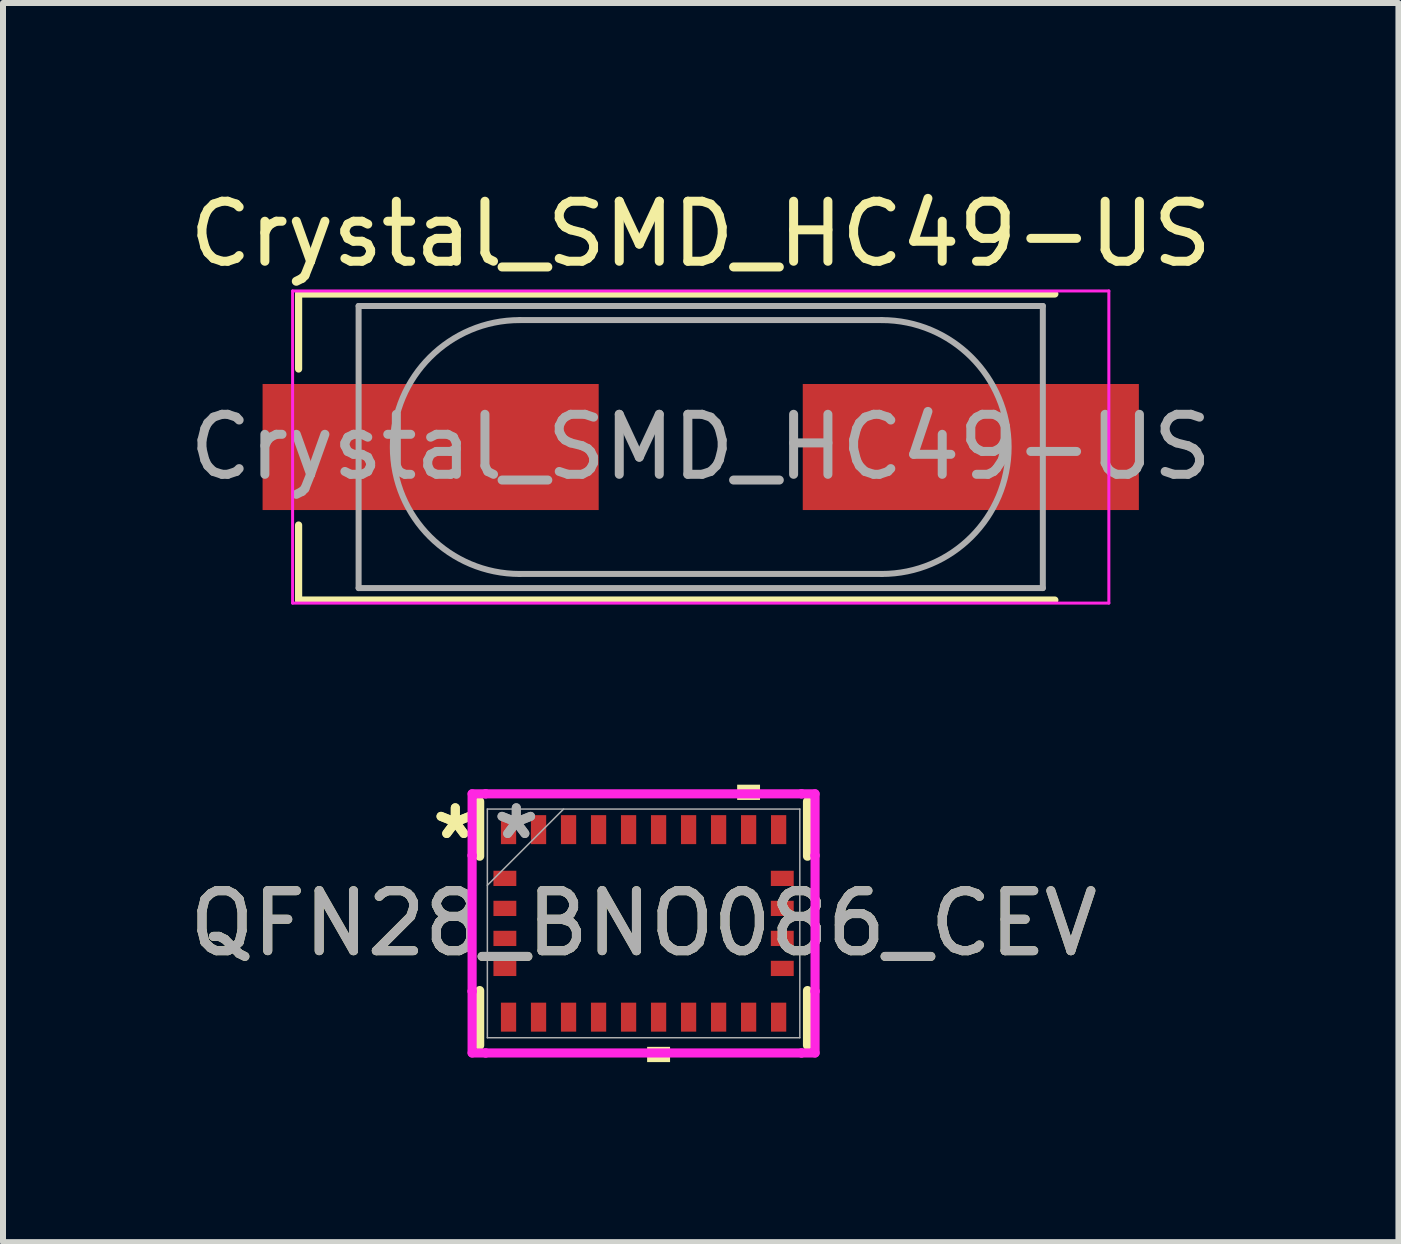
<source format=kicad_pcb>
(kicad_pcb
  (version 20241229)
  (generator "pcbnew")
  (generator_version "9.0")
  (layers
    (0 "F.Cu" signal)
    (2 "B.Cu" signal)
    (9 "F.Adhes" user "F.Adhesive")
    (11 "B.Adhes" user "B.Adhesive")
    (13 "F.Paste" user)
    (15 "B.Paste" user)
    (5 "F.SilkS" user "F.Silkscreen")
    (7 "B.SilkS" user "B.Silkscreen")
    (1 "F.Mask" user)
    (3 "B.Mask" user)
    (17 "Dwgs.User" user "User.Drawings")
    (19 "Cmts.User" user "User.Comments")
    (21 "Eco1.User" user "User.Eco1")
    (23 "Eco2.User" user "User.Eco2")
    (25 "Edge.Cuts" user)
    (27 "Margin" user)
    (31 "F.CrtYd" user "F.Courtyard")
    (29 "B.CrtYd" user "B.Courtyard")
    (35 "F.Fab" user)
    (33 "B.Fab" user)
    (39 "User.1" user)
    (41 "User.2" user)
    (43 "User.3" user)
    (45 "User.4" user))
  (footprint "Crystal_SMD_HC49-US"
    (layer "F.Cu")
    (at 8.625 4.398)
    (property "Reference" "Crystal_SMD_HC49-US" (at 0 -3.55 0) (layer "F.SilkS") (effects (font (size 1 1) (thickness 0.15))))
    (attr smd)
    (fp_line (start -6.7 -2.55) (end -6.7 -1.3) (stroke (width 0.12) (type solid)) (layer "F.SilkS"))
    (fp_line (start -6.7 1.3) (end -6.7 2.55) (stroke (width 0.12) (type solid)) (layer "F.SilkS"))
    (fp_line (start -6.7 2.55) (end 5.9 2.55) (stroke (width 0.12) (type solid)) (layer "F.SilkS"))
    (fp_line (start 5.9 -2.55) (end -6.7 -2.55) (stroke (width 0.12) (type solid)) (layer "F.SilkS"))
    (fp_line (start -6.8 -2.6) (end -6.8 2.6) (stroke (width 0.05) (type solid)) (layer "F.CrtYd"))
    (fp_line (start -6.8 2.6) (end 6.8 2.6) (stroke (width 0.05) (type solid)) (layer "F.CrtYd"))
    (fp_line (start 6.8 -2.6) (end -6.8 -2.6) (stroke (width 0.05) (type solid)) (layer "F.CrtYd"))
    (fp_line (start 6.8 2.6) (end 6.8 -2.6) (stroke (width 0.05) (type solid)) (layer "F.CrtYd"))
    (fp_line (start -5.7 -2.35) (end -5.7 2.35) (stroke (width 0.1) (type solid)) (layer "F.Fab"))
    (fp_line (start -5.7 2.35) (end 5.7 2.35) (stroke (width 0.1) (type solid)) (layer "F.Fab"))
    (fp_line (start -3.015 -2.115) (end 3.015 -2.115) (stroke (width 0.1) (type solid)) (layer "F.Fab"))
    (fp_line (start -3.015 2.115) (end 3.015 2.115) (stroke (width 0.1) (type solid)) (layer "F.Fab"))
    (fp_line (start 5.7 -2.35) (end -5.7 -2.35) (stroke (width 0.1) (type solid)) (layer "F.Fab"))
    (fp_line (start 5.7 2.35) (end 5.7 -2.35) (stroke (width 0.1) (type solid)) (layer "F.Fab"))
    (fp_arc (start -3.015 2.115) (mid -5.13 0) (end -3.015 -2.115) (stroke (width 0.1) (type solid)) (layer "F.Fab"))
    (fp_arc (start 3.015 -2.115) (mid 5.13 0) (end 3.015 2.115) (stroke (width 0.1) (type solid)) (layer "F.Fab"))
    (fp_text user "${REFERENCE}" (at 0 0 0) (layer "F.Fab") (effects (font (size 1 1) (thickness 0.15))))
    (pad "1" smd rect (at -4.5 0) (size 5.6 2.1) (layers "F.Cu" "F.Mask" "F.Paste"))
    (pad "2" smd rect (at 4.5 0) (size 5.6 2.1) (layers "F.Cu" "F.Mask" "F.Paste")))
  (footprint "QFN28_BNO086_CEV"
    (layer "F.Cu")
    (at 7.673 12.335)
    (property "Reference" "QFN28_BNO086_CEV" (at 0 0 0) (unlocked yes) (layer "F.SilkS") (effects (font (size 1 1) (thickness 0.15))))
    (attr smd)
    (fp_line (start -2.731 -2.032) (end -2.731 -1.119) (stroke (width 0.152) (type solid)) (layer "F.SilkS"))
    (fp_line (start -2.731 1.119) (end -2.731 2.032) (stroke (width 0.152) (type solid)) (layer "F.SilkS"))
    (fp_line (start 2.731 -1.119) (end 2.731 -2.032) (stroke (width 0.152) (type solid)) (layer "F.SilkS"))
    (fp_line (start 2.731 2.032) (end 2.731 1.119) (stroke (width 0.152) (type solid)) (layer "F.SilkS"))
    (fp_poly (pts (xy 0.059 2.057) (xy 0.059 2.311) (xy 0.441 2.311) (xy 0.441 2.057)) (stroke (width 0) (type solid)) (fill yes) (layer "F.SilkS"))
    (fp_poly (pts (xy 1.559 -2.057) (xy 1.559 -2.311) (xy 1.94 -2.311) (xy 1.94 -2.057)) (stroke (width 0) (type solid)) (fill yes) (layer "F.SilkS"))
    (fp_line (start -2.857 -2.159) (end -2.631 -2.159) (stroke (width 0.152) (type solid)) (layer "F.CrtYd"))
    (fp_line (start -2.857 -1.131) (end -2.857 -2.159) (stroke (width 0.152) (type solid)) (layer "F.CrtYd"))
    (fp_line (start -2.857 -1.131) (end -2.857 -1.131) (stroke (width 0.152) (type solid)) (layer "F.CrtYd"))
    (fp_line (start -2.857 1.131) (end -2.857 -1.131) (stroke (width 0.152) (type solid)) (layer "F.CrtYd"))
    (fp_line (start -2.857 1.131) (end -2.857 1.131) (stroke (width 0.152) (type solid)) (layer "F.CrtYd"))
    (fp_line (start -2.857 2.159) (end -2.857 1.131) (stroke (width 0.152) (type solid)) (layer "F.CrtYd"))
    (fp_line (start -2.857 2.159) (end -2.631 2.159) (stroke (width 0.152) (type solid)) (layer "F.CrtYd"))
    (fp_line (start -2.631 -2.159) (end -2.631 -2.159) (stroke (width 0.152) (type solid)) (layer "F.CrtYd"))
    (fp_line (start -2.631 -2.159) (end 2.631 -2.159) (stroke (width 0.152) (type solid)) (layer "F.CrtYd"))
    (fp_line (start -2.631 2.159) (end -2.631 2.159) (stroke (width 0.152) (type solid)) (layer "F.CrtYd"))
    (fp_line (start -2.631 2.159) (end 2.631 2.159) (stroke (width 0.152) (type solid)) (layer "F.CrtYd"))
    (fp_line (start 2.631 -2.159) (end 2.631 -2.159) (stroke (width 0.152) (type solid)) (layer "F.CrtYd"))
    (fp_line (start 2.631 -2.159) (end 2.857 -2.159) (stroke (width 0.152) (type solid)) (layer "F.CrtYd"))
    (fp_line (start 2.631 2.159) (end 2.631 2.159) (stroke (width 0.152) (type solid)) (layer "F.CrtYd"))
    (fp_line (start 2.631 2.159) (end 2.857 2.159) (stroke (width 0.152) (type solid)) (layer "F.CrtYd"))
    (fp_line (start 2.857 -1.131) (end 2.857 -2.159) (stroke (width 0.152) (type solid)) (layer "F.CrtYd"))
    (fp_line (start 2.857 -1.131) (end 2.857 -1.131) (stroke (width 0.152) (type solid)) (layer "F.CrtYd"))
    (fp_line (start 2.857 1.131) (end 2.857 -1.131) (stroke (width 0.152) (type solid)) (layer "F.CrtYd"))
    (fp_line (start 2.857 1.131) (end 2.857 1.131) (stroke (width 0.152) (type solid)) (layer "F.CrtYd"))
    (fp_line (start 2.857 2.159) (end 2.857 1.131) (stroke (width 0.152) (type solid)) (layer "F.CrtYd"))
    (fp_line (start -2.603 -1.905) (end -2.603 1.905) (stroke (width 0.025) (type solid)) (layer "F.Fab"))
    (fp_line (start -2.603 -0.635) (end -1.333 -1.905) (stroke (width 0.025) (type solid)) (layer "F.Fab"))
    (fp_line (start -2.603 1.905) (end 2.603 1.905) (stroke (width 0.025) (type solid)) (layer "F.Fab"))
    (fp_line (start 2.603 -1.905) (end -2.603 -1.905) (stroke (width 0.025) (type solid)) (layer "F.Fab"))
    (fp_line (start 2.603 1.905) (end 2.603 -1.905) (stroke (width 0.025) (type solid)) (layer "F.Fab"))
    (fp_text user "*" (at -3.137 -1.381 0) (unlocked yes) (layer "F.SilkS") (effects (font (size 1 1) (thickness 0.15))))
    (fp_text user "*" (at -3.137 -1.381 0) (layer "F.SilkS") (effects (font (size 1 1) (thickness 0.15))))
    (fp_text user "*" (at -2.121 -1.381 0) (unlocked yes) (layer "F.Fab") (effects (font (size 1 1) (thickness 0.15))))
    (fp_text user "*" (at -2.121 -1.381 0) (layer "F.Fab") (effects (font (size 1 1) (thickness 0.15))))
    (fp_text user "${REFERENCE}" (at 0 0 0) (unlocked yes) (layer "F.Fab") (effects (font (size 1 1) (thickness 0.15))))
    (pad "1" smd rect (at -2.25 -1.562) (size 0.254 0.483) (layers "F.Cu" "F.Mask" "F.Paste"))
    (pad "2" smd rect (at -2.311 -0.75 90) (size 0.254 0.381) (layers "F.Cu" "F.Mask" "F.Paste"))
    (pad "3" smd rect (at -2.311 -0.25 90) (size 0.254 0.381) (layers "F.Cu" "F.Mask" "F.Paste"))
    (pad "4" smd rect (at -2.311 0.25 90) (size 0.254 0.381) (layers "F.Cu" "F.Mask" "F.Paste"))
    (pad "5" smd rect (at -2.311 0.75 90) (size 0.254 0.381) (layers "F.Cu" "F.Mask" "F.Paste"))
    (pad "6" smd rect (at -2.25 1.562) (size 0.254 0.483) (layers "F.Cu" "F.Mask" "F.Paste"))
    (pad "7" smd rect (at -1.75 1.562) (size 0.254 0.483) (layers "F.Cu" "F.Mask" "F.Paste"))
    (pad "8" smd rect (at -1.25 1.562) (size 0.254 0.483) (layers "F.Cu" "F.Mask" "F.Paste"))
    (pad "9" smd rect (at -0.75 1.562) (size 0.254 0.483) (layers "F.Cu" "F.Mask" "F.Paste"))
    (pad "10" smd rect (at -0.25 1.562) (size 0.254 0.483) (layers "F.Cu" "F.Mask" "F.Paste"))
    (pad "11" smd rect (at 0.25 1.562) (size 0.254 0.483) (layers "F.Cu" "F.Mask" "F.Paste"))
    (pad "12" smd rect (at 0.75 1.562) (size 0.254 0.483) (layers "F.Cu" "F.Mask" "F.Paste"))
    (pad "13" smd rect (at 1.25 1.562) (size 0.254 0.483) (layers "F.Cu" "F.Mask" "F.Paste"))
    (pad "14" smd rect (at 1.75 1.562) (size 0.254 0.483) (layers "F.Cu" "F.Mask" "F.Paste"))
    (pad "15" smd rect (at 2.25 1.562) (size 0.254 0.483) (layers "F.Cu" "F.Mask" "F.Paste"))
    (pad "16" smd rect (at 2.311 0.75 90) (size 0.254 0.381) (layers "F.Cu" "F.Mask" "F.Paste"))
    (pad "17" smd rect (at 2.311 0.25 90) (size 0.254 0.381) (layers "F.Cu" "F.Mask" "F.Paste"))
    (pad "18" smd rect (at 2.311 -0.25 90) (size 0.254 0.381) (layers "F.Cu" "F.Mask" "F.Paste"))
    (pad "19" smd rect (at 2.311 -0.75 90) (size 0.254 0.381) (layers "F.Cu" "F.Mask" "F.Paste"))
    (pad "20" smd rect (at 2.25 -1.562) (size 0.254 0.483) (layers "F.Cu" "F.Mask" "F.Paste"))
    (pad "21" smd rect (at 1.75 -1.562) (size 0.254 0.483) (layers "F.Cu" "F.Mask" "F.Paste"))
    (pad "22" smd rect (at 1.25 -1.562) (size 0.254 0.483) (layers "F.Cu" "F.Mask" "F.Paste"))
    (pad "23" smd rect (at 0.75 -1.562) (size 0.254 0.483) (layers "F.Cu" "F.Mask" "F.Paste"))
    (pad "24" smd rect (at 0.25 -1.562) (size 0.254 0.483) (layers "F.Cu" "F.Mask" "F.Paste"))
    (pad "25" smd rect (at -0.25 -1.562) (size 0.254 0.483) (layers "F.Cu" "F.Mask" "F.Paste"))
    (pad "26" smd rect (at -0.75 -1.562) (size 0.254 0.483) (layers "F.Cu" "F.Mask" "F.Paste"))
    (pad "27" smd rect (at -1.25 -1.562) (size 0.254 0.483) (layers "F.Cu" "F.Mask" "F.Paste"))
    (pad "28" smd rect (at -1.75 -1.562) (size 0.254 0.483) (layers "F.Cu" "F.Mask" "F.Paste")))
  (gr_rect
    (start -3 -3)
    (end 20.25 17.646)
    (stroke (width 0.1) (type default))
    (fill no)
    (layer "Edge.Cuts")))
</source>
